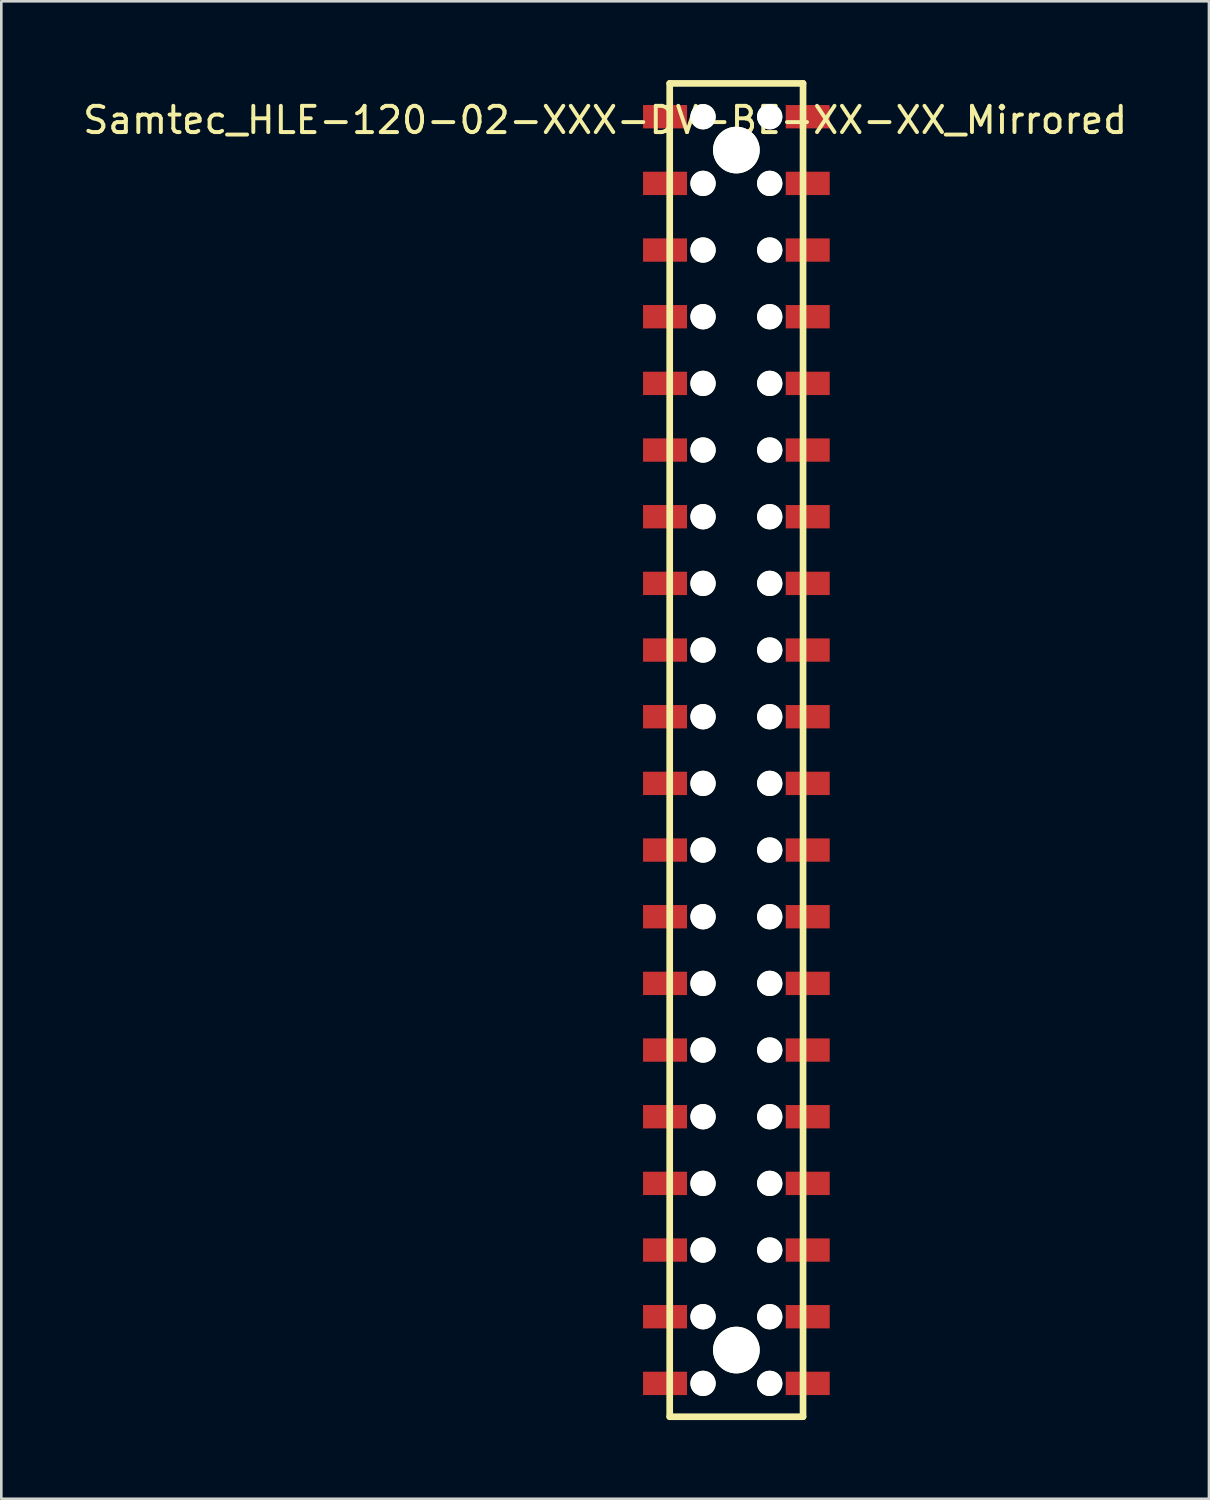
<source format=kicad_pcb>
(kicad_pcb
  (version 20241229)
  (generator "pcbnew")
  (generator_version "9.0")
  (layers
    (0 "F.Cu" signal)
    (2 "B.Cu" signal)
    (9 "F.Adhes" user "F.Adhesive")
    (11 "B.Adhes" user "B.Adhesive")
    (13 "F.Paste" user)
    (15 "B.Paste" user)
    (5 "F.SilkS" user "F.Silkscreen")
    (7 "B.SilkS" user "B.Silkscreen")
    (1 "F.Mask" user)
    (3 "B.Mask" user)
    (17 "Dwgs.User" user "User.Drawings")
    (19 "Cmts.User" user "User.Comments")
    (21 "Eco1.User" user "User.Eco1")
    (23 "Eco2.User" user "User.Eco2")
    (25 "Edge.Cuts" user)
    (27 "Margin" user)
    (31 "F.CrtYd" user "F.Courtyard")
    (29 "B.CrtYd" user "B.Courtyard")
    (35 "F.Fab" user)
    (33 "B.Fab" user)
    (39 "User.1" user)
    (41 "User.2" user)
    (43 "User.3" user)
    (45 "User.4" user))
  (footprint "Samtec_HLE-120-02-XXX-DV-BE-XX-XX_Mirrored"
    (layer "F.Cu")
    (at 25.006 25.527)
    (property "Reference" "Samtec_HLE-120-02-XXX-DV-BE-XX-XX_Mirrored" (at -5 -24 0) (layer "F.SilkS") (effects (font (size 1 1) (thickness 0.15))))
    (attr through_hole)
    (fp_line (start -2.54 -25.4) (end 2.54 -25.4) (stroke (width 0.254) (type solid)) (layer "F.SilkS"))
    (fp_line (start -2.54 25.4) (end -2.54 -25.4) (stroke (width 0.254) (type solid)) (layer "F.SilkS"))
    (fp_line (start 2.54 -25.4) (end 2.54 25.4) (stroke (width 0.254) (type solid)) (layer "F.SilkS"))
    (fp_line (start 2.54 25.4) (end -2.54 25.4) (stroke (width 0.254) (type solid)) (layer "F.SilkS"))
    (pad "" np_thru_hole circle (at -1.27 -24.13 270) (size 0.965 0.965) (drill 0.965) (layers "*.Cu" "*.Mask" "F.SilkS"))
    (pad "" np_thru_hole circle (at -1.27 -21.59 270) (size 0.965 0.965) (drill 0.965) (layers "*.Cu" "*.Mask" "F.SilkS"))
    (pad "" np_thru_hole circle (at -1.27 -19.05 270) (size 0.965 0.965) (drill 0.965) (layers "*.Cu" "*.Mask" "F.SilkS"))
    (pad "" np_thru_hole circle (at -1.27 -16.51 270) (size 0.965 0.965) (drill 0.965) (layers "*.Cu" "*.Mask" "F.SilkS"))
    (pad "" np_thru_hole circle (at -1.27 -13.97 270) (size 0.965 0.965) (drill 0.965) (layers "*.Cu" "*.Mask" "F.SilkS"))
    (pad "" np_thru_hole circle (at -1.27 -11.43 270) (size 0.965 0.965) (drill 0.965) (layers "*.Cu" "*.Mask" "F.SilkS"))
    (pad "" np_thru_hole circle (at -1.27 -8.89 270) (size 0.965 0.965) (drill 0.965) (layers "*.Cu" "*.Mask" "F.SilkS"))
    (pad "" np_thru_hole circle (at -1.27 -6.35 270) (size 0.965 0.965) (drill 0.965) (layers "*.Cu" "*.Mask" "F.SilkS"))
    (pad "" np_thru_hole circle (at -1.27 -3.81 270) (size 0.965 0.965) (drill 0.965) (layers "*.Cu" "*.Mask" "F.SilkS"))
    (pad "" np_thru_hole circle (at -1.27 -1.27 270) (size 0.965 0.965) (drill 0.965) (layers "*.Cu" "*.Mask" "F.SilkS"))
    (pad "" np_thru_hole circle (at -1.27 1.27 270) (size 0.965 0.965) (drill 0.965) (layers "*.Cu" "*.Mask" "F.SilkS"))
    (pad "" np_thru_hole circle (at -1.27 3.81 270) (size 0.965 0.965) (drill 0.965) (layers "*.Cu" "*.Mask" "F.SilkS"))
    (pad "" np_thru_hole circle (at -1.27 6.35 270) (size 0.965 0.965) (drill 0.965) (layers "*.Cu" "*.Mask" "F.SilkS"))
    (pad "" np_thru_hole circle (at -1.27 8.89 270) (size 0.965 0.965) (drill 0.965) (layers "*.Cu" "*.Mask" "F.SilkS"))
    (pad "" np_thru_hole circle (at -1.27 11.43 270) (size 0.965 0.965) (drill 0.965) (layers "*.Cu" "*.Mask" "F.SilkS"))
    (pad "" np_thru_hole circle (at -1.27 13.97 270) (size 0.965 0.965) (drill 0.965) (layers "*.Cu" "*.Mask" "F.SilkS"))
    (pad "" np_thru_hole circle (at -1.27 16.51 270) (size 0.965 0.965) (drill 0.965) (layers "*.Cu" "*.Mask" "F.SilkS"))
    (pad "" np_thru_hole circle (at -1.27 19.05 270) (size 0.965 0.965) (drill 0.965) (layers "*.Cu" "*.Mask" "F.SilkS"))
    (pad "" np_thru_hole circle (at -1.27 21.59 270) (size 0.965 0.965) (drill 0.965) (layers "*.Cu" "*.Mask" "F.SilkS"))
    (pad "" np_thru_hole circle (at -1.27 24.13 270) (size 0.965 0.965) (drill 0.965) (layers "*.Cu" "*.Mask" "F.SilkS"))
    (pad "" np_thru_hole circle (at 0 -22.86 270) (size 1.778 1.778) (drill 1.778) (layers "*.Cu" "*.Mask" "F.SilkS"))
    (pad "" np_thru_hole circle (at 0 22.86 270) (size 1.778 1.778) (drill 1.778) (layers "*.Cu" "*.Mask" "F.SilkS"))
    (pad "" np_thru_hole circle (at 1.27 -24.13 270) (size 0.965 0.965) (drill 0.965) (layers "*.Cu" "*.Mask" "F.SilkS"))
    (pad "" np_thru_hole circle (at 1.27 -21.59 270) (size 0.965 0.965) (drill 0.965) (layers "*.Cu" "*.Mask" "F.SilkS"))
    (pad "" np_thru_hole circle (at 1.27 -19.05 270) (size 0.965 0.965) (drill 0.965) (layers "*.Cu" "*.Mask" "F.SilkS"))
    (pad "" np_thru_hole circle (at 1.27 -16.51 270) (size 0.965 0.965) (drill 0.965) (layers "*.Cu" "*.Mask" "F.SilkS"))
    (pad "" np_thru_hole circle (at 1.27 -13.97 270) (size 0.965 0.965) (drill 0.965) (layers "*.Cu" "*.Mask" "F.SilkS"))
    (pad "" np_thru_hole circle (at 1.27 -11.43 270) (size 0.965 0.965) (drill 0.965) (layers "*.Cu" "*.Mask" "F.SilkS"))
    (pad "" np_thru_hole circle (at 1.27 -8.89 270) (size 0.965 0.965) (drill 0.965) (layers "*.Cu" "*.Mask" "F.SilkS"))
    (pad "" np_thru_hole circle (at 1.27 -6.35 270) (size 0.965 0.965) (drill 0.965) (layers "*.Cu" "*.Mask" "F.SilkS"))
    (pad "" np_thru_hole circle (at 1.27 -3.81 270) (size 0.965 0.965) (drill 0.965) (layers "*.Cu" "*.Mask" "F.SilkS"))
    (pad "" np_thru_hole circle (at 1.27 -1.27 270) (size 0.965 0.965) (drill 0.965) (layers "*.Cu" "*.Mask" "F.SilkS"))
    (pad "" np_thru_hole circle (at 1.27 1.27 270) (size 0.965 0.965) (drill 0.965) (layers "*.Cu" "*.Mask" "F.SilkS"))
    (pad "" np_thru_hole circle (at 1.27 3.81 270) (size 0.965 0.965) (drill 0.965) (layers "*.Cu" "*.Mask" "F.SilkS"))
    (pad "" np_thru_hole circle (at 1.27 6.35 270) (size 0.965 0.965) (drill 0.965) (layers "*.Cu" "*.Mask" "F.SilkS"))
    (pad "" np_thru_hole circle (at 1.27 8.89 270) (size 0.965 0.965) (drill 0.965) (layers "*.Cu" "*.Mask" "F.SilkS"))
    (pad "" np_thru_hole circle (at 1.27 11.43 270) (size 0.965 0.965) (drill 0.965) (layers "*.Cu" "*.Mask" "F.SilkS"))
    (pad "" np_thru_hole circle (at 1.27 13.97 270) (size 0.965 0.965) (drill 0.965) (layers "*.Cu" "*.Mask" "F.SilkS"))
    (pad "" np_thru_hole circle (at 1.27 16.51 270) (size 0.965 0.965) (drill 0.965) (layers "*.Cu" "*.Mask" "F.SilkS"))
    (pad "" np_thru_hole circle (at 1.27 19.05 270) (size 0.965 0.965) (drill 0.965) (layers "*.Cu" "*.Mask" "F.SilkS"))
    (pad "" np_thru_hole circle (at 1.27 21.59 270) (size 0.965 0.965) (drill 0.965) (layers "*.Cu" "*.Mask" "F.SilkS"))
    (pad "" np_thru_hole circle (at 1.27 24.13 270) (size 0.965 0.965) (drill 0.965) (layers "*.Cu" "*.Mask" "F.SilkS"))
    (pad "1" smd rect (at 2.718 -24.13 90) (size 0.889 1.676) (layers "F.Cu" "F.Mask" "F.Paste"))
    (pad "2" smd rect (at -2.718 -24.13 90) (size 0.889 1.676) (layers "F.Cu" "F.Mask" "F.Paste"))
    (pad "3" smd rect (at 2.718 -21.59 90) (size 0.889 1.676) (layers "F.Cu" "F.Mask" "F.Paste"))
    (pad "4" smd rect (at -2.718 -21.59 90) (size 0.889 1.676) (layers "F.Cu" "F.Mask" "F.Paste"))
    (pad "5" smd rect (at 2.718 -19.05 90) (size 0.889 1.676) (layers "F.Cu" "F.Mask" "F.Paste"))
    (pad "6" smd rect (at -2.718 -19.05 90) (size 0.889 1.676) (layers "F.Cu" "F.Mask" "F.Paste"))
    (pad "7" smd rect (at 2.718 -16.51 90) (size 0.889 1.676) (layers "F.Cu" "F.Mask" "F.Paste"))
    (pad "8" smd rect (at -2.718 -16.51 90) (size 0.889 1.676) (layers "F.Cu" "F.Mask" "F.Paste"))
    (pad "9" smd rect (at 2.718 -13.97 90) (size 0.889 1.676) (layers "F.Cu" "F.Mask" "F.Paste"))
    (pad "10" smd rect (at -2.718 -13.97 90) (size 0.889 1.676) (layers "F.Cu" "F.Mask" "F.Paste"))
    (pad "11" smd rect (at 2.718 -11.43 90) (size 0.889 1.676) (layers "F.Cu" "F.Mask" "F.Paste"))
    (pad "12" smd rect (at -2.718 -11.43 90) (size 0.889 1.676) (layers "F.Cu" "F.Mask" "F.Paste"))
    (pad "13" smd rect (at 2.718 -8.89 90) (size 0.889 1.676) (layers "F.Cu" "F.Mask" "F.Paste"))
    (pad "14" smd rect (at -2.718 -8.89 90) (size 0.889 1.676) (layers "F.Cu" "F.Mask" "F.Paste"))
    (pad "15" smd rect (at 2.718 -6.35 90) (size 0.889 1.676) (layers "F.Cu" "F.Mask" "F.Paste"))
    (pad "16" smd rect (at -2.718 -6.35 90) (size 0.889 1.676) (layers "F.Cu" "F.Mask" "F.Paste"))
    (pad "17" smd rect (at 2.718 -3.81 90) (size 0.889 1.676) (layers "F.Cu" "F.Mask" "F.Paste"))
    (pad "18" smd rect (at -2.718 -3.81 90) (size 0.889 1.676) (layers "F.Cu" "F.Mask" "F.Paste"))
    (pad "19" smd rect (at 2.718 -1.27 90) (size 0.889 1.676) (layers "F.Cu" "F.Mask" "F.Paste"))
    (pad "20" smd rect (at -2.718 -1.27 90) (size 0.889 1.676) (layers "F.Cu" "F.Mask" "F.Paste"))
    (pad "21" smd rect (at 2.718 1.27 90) (size 0.889 1.676) (layers "F.Cu" "F.Mask" "F.Paste"))
    (pad "22" smd rect (at -2.718 1.27 90) (size 0.889 1.676) (layers "F.Cu" "F.Mask" "F.Paste"))
    (pad "23" smd rect (at 2.718 3.81 90) (size 0.889 1.676) (layers "F.Cu" "F.Mask" "F.Paste"))
    (pad "24" smd rect (at -2.718 3.81 90) (size 0.889 1.676) (layers "F.Cu" "F.Mask" "F.Paste"))
    (pad "25" smd rect (at 2.718 6.35 90) (size 0.889 1.676) (layers "F.Cu" "F.Mask" "F.Paste"))
    (pad "26" smd rect (at -2.718 6.35 90) (size 0.889 1.676) (layers "F.Cu" "F.Mask" "F.Paste"))
    (pad "27" smd rect (at 2.718 8.89 90) (size 0.889 1.676) (layers "F.Cu" "F.Mask" "F.Paste"))
    (pad "28" smd rect (at -2.718 8.89 90) (size 0.889 1.676) (layers "F.Cu" "F.Mask" "F.Paste"))
    (pad "29" smd rect (at 2.718 11.43 90) (size 0.889 1.676) (layers "F.Cu" "F.Mask" "F.Paste"))
    (pad "30" smd rect (at -2.718 11.43 90) (size 0.889 1.676) (layers "F.Cu" "F.Mask" "F.Paste"))
    (pad "31" smd rect (at 2.718 13.97 90) (size 0.889 1.676) (layers "F.Cu" "F.Mask" "F.Paste"))
    (pad "32" smd rect (at -2.718 13.97 90) (size 0.889 1.676) (layers "F.Cu" "F.Mask" "F.Paste"))
    (pad "33" smd rect (at 2.718 16.51 90) (size 0.889 1.676) (layers "F.Cu" "F.Mask" "F.Paste"))
    (pad "34" smd rect (at -2.718 16.51 90) (size 0.889 1.676) (layers "F.Cu" "F.Mask" "F.Paste"))
    (pad "35" smd rect (at 2.718 19.05 90) (size 0.889 1.676) (layers "F.Cu" "F.Mask" "F.Paste"))
    (pad "36" smd rect (at -2.718 19.05 90) (size 0.889 1.676) (layers "F.Cu" "F.Mask" "F.Paste"))
    (pad "37" smd rect (at 2.718 21.59 90) (size 0.889 1.676) (layers "F.Cu" "F.Mask" "F.Paste"))
    (pad "38" smd rect (at -2.718 21.59 90) (size 0.889 1.676) (layers "F.Cu" "F.Mask" "F.Paste"))
    (pad "39" smd rect (at 2.718 24.13 90) (size 0.889 1.676) (layers "F.Cu" "F.Mask" "F.Paste"))
    (pad "40" smd rect (at -2.718 24.13 90) (size 0.889 1.676) (layers "F.Cu" "F.Mask" "F.Paste")))
  (gr_rect
    (start -3 -3)
    (end 43.012 54.054)
    (stroke (width 0.1) (type default))
    (fill no)
    (layer "Edge.Cuts")))
</source>
